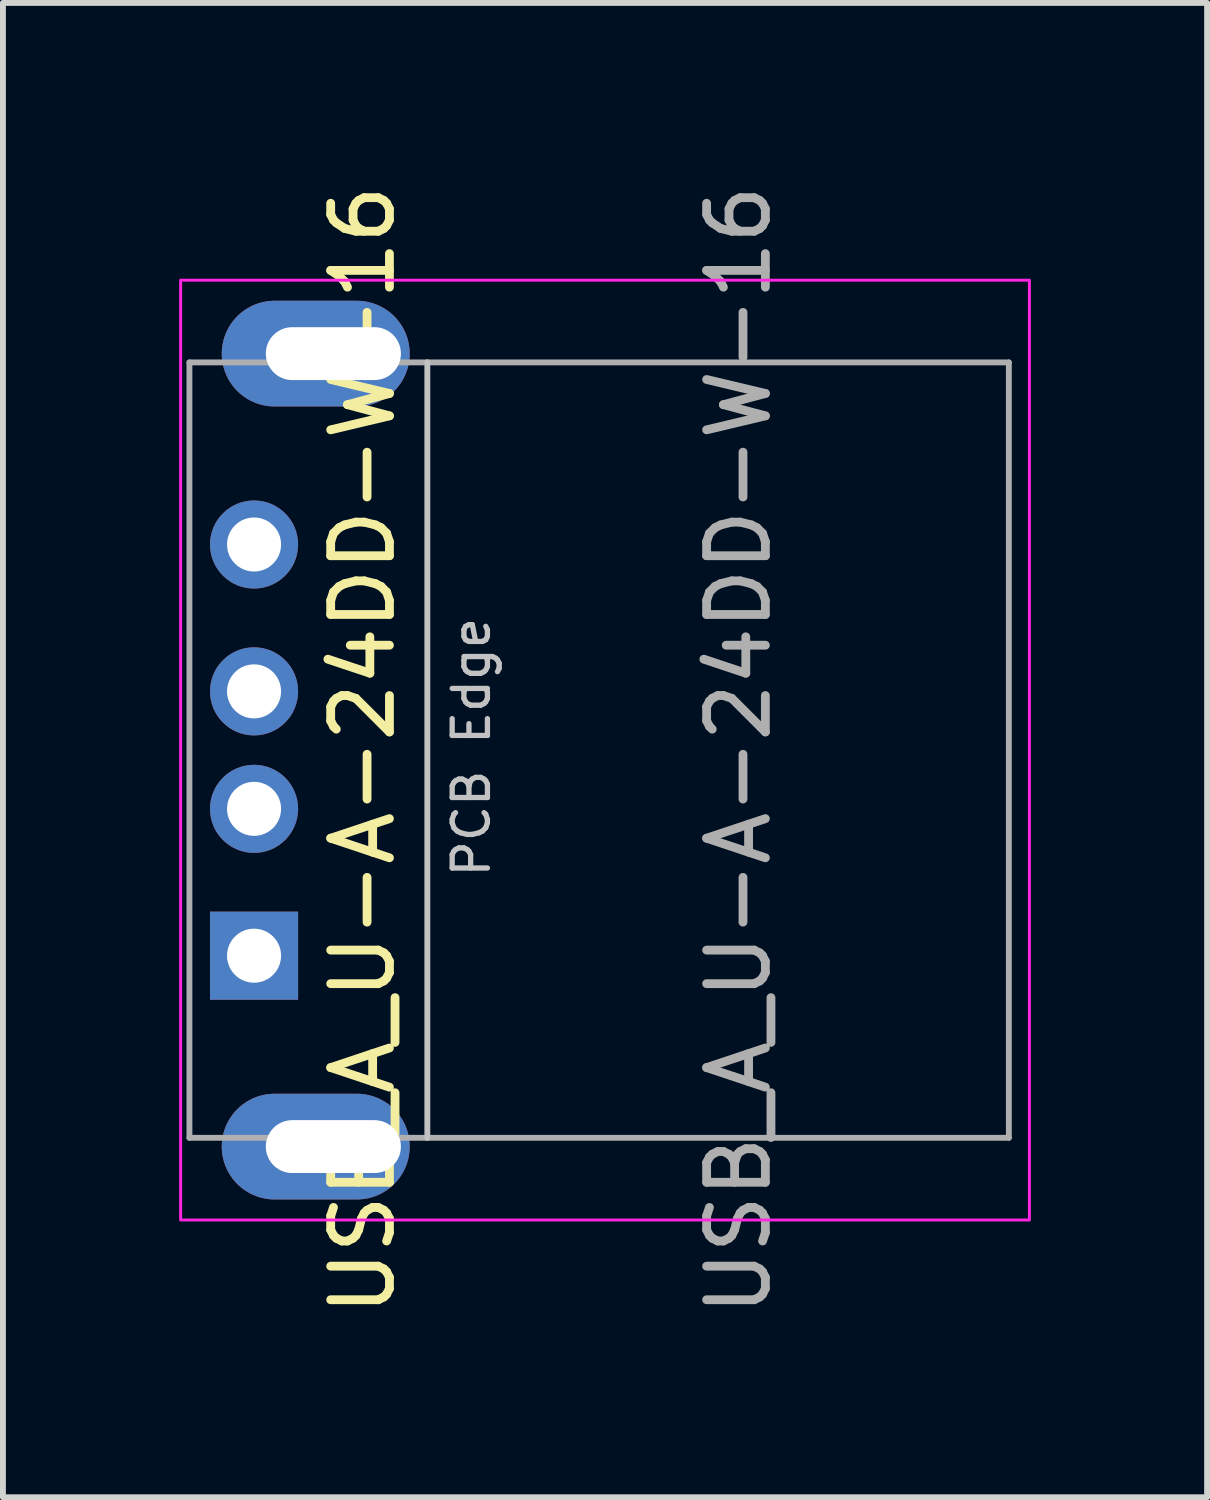
<source format=kicad_pcb>
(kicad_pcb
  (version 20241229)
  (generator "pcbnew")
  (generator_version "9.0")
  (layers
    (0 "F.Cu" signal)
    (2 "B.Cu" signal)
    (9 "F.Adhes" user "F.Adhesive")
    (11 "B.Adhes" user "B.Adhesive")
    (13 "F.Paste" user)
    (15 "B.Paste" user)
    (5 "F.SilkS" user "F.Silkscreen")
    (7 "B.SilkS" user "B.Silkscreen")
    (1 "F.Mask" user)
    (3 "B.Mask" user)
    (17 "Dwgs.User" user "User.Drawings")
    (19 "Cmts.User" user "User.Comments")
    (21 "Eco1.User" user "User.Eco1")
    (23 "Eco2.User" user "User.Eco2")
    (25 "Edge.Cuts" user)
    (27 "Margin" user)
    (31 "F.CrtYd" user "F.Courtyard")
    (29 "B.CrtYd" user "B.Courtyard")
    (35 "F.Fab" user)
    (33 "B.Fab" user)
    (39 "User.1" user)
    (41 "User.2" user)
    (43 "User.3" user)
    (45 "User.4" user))
  (footprint "USB_A_U-A-24DD-W-16"
    (layer "F.Cu")
    (at 9.525 9.72)
    (property "Reference" "USB_A_U-A-24DD-W-16" (at -6.4 0 90) (layer "F.SilkS") (effects (font (size 1 1) (thickness 0.15))))
    (attr smd)
    (fp_line (start -5.3 6.6) (end -5.3 -6.6) (stroke (width 0.1) (type solid)) (layer "Dwgs.User"))
    (fp_rect (start -9.5 -8) (end 4.95 8) (stroke (width 0.05) (type solid)) (fill no) (layer "F.CrtYd"))
    (fp_line (start -9.35 -6.6) (end -9.35 6.6) (stroke (width 0.1) (type solid)) (layer "F.Fab"))
    (fp_line (start -9.35 6.6) (end -5.3 6.6) (stroke (width 0.1) (type solid)) (layer "F.Fab"))
    (fp_line (start -5.3 -6.6) (end -9.35 -6.6) (stroke (width 0.1) (type solid)) (layer "F.Fab"))
    (fp_line (start -5.3 -6.6) (end 4.6 -6.6) (stroke (width 0.1) (type solid)) (layer "F.Fab"))
    (fp_line (start -5.3 6.6) (end 4.6 6.6) (stroke (width 0.1) (type solid)) (layer "F.Fab"))
    (fp_line (start 4.6 -6.6) (end 4.6 6.6) (stroke (width 0.1) (type solid)) (layer "F.Fab"))
    (fp_text user "PCB Edge" (at -4.55 -0.05 270) (layer "Dwgs.User") (effects (font (size 0.6 0.6) (thickness 0.09))))
    (fp_text user "${REFERENCE}" (at 0 0 270) (layer "F.Fab") (effects (font (size 1 1) (thickness 0.15))))
    (pad "1" thru_hole rect (at -8.25 3.5) (size 1.5 1.5) (drill 0.92) (layers "*.Cu" "*.Mask"))
    (pad "2" thru_hole circle (at -8.25 1) (size 1.5 1.5) (drill 0.92) (layers "*.Cu" "*.Mask"))
    (pad "3" thru_hole circle (at -8.25 -1) (size 1.5 1.5) (drill 0.92) (layers "*.Cu" "*.Mask"))
    (pad "4" thru_hole circle (at -8.25 -3.5) (size 1.5 1.5) (drill 0.92) (layers "*.Cu" "*.Mask"))
    (pad "5" thru_hole oval (at -6.9 -6.75) (size 3.2 1.8) (drill oval 2.3 0.9 (offset -0.3 0)) (layers "*.Cu" "*.Mask"))
    (pad "5" thru_hole oval (at -6.9 6.75) (size 3.2 1.8) (drill oval 2.3 0.9 (offset -0.3 0)) (layers "*.Cu" "*.Mask")))
  (gr_rect
    (start -3 -3)
    (end 17.5 22.44)
    (stroke (width 0.1) (type default))
    (fill no)
    (layer "Edge.Cuts")))
</source>
